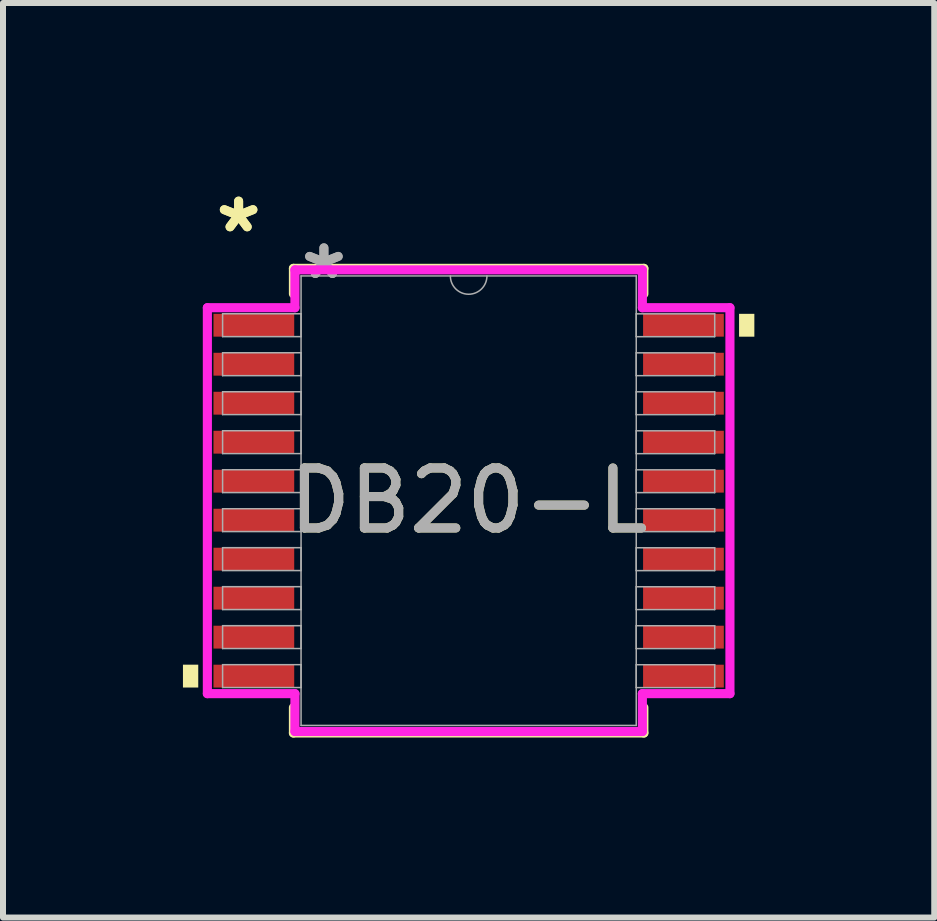
<source format=kicad_pcb>
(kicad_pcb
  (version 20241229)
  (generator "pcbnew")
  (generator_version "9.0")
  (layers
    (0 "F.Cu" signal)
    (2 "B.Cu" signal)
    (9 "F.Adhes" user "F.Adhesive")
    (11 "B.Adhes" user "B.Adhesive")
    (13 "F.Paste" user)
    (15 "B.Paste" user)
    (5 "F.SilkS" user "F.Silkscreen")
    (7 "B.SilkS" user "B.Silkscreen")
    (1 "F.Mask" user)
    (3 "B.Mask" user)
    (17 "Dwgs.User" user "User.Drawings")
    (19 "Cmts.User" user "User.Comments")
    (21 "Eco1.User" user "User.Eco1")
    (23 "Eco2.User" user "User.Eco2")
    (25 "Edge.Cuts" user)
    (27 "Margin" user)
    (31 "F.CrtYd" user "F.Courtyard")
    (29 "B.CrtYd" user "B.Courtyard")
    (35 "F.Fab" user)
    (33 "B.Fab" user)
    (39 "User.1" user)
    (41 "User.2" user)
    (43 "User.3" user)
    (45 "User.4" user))
  (footprint "DB20-L"
    (layer "F.Cu")
    (at 4.763 5.297)
    (property "Reference" "DB20-L" (at 0 0 0) (unlocked yes) (layer "F.SilkS") (effects (font (size 1 1) (thickness 0.15))))
    (attr smd)
    (fp_line (start -2.921 -3.873) (end -2.921 -3.448) (stroke (width 0.152) (type solid)) (layer "F.SilkS"))
    (fp_line (start -2.921 3.448) (end -2.921 3.873) (stroke (width 0.152) (type solid)) (layer "F.SilkS"))
    (fp_line (start -2.921 3.873) (end 2.921 3.873) (stroke (width 0.152) (type solid)) (layer "F.SilkS"))
    (fp_line (start 2.921 -3.873) (end -2.921 -3.873) (stroke (width 0.152) (type solid)) (layer "F.SilkS"))
    (fp_line (start 2.921 -3.448) (end 2.921 -3.873) (stroke (width 0.152) (type solid)) (layer "F.SilkS"))
    (fp_line (start 2.921 3.873) (end 2.921 3.448) (stroke (width 0.152) (type solid)) (layer "F.SilkS"))
    (fp_poly (pts (xy -4.763 2.734) (xy -4.763 3.115) (xy -4.508 3.115) (xy -4.508 2.734)) (stroke (width 0) (type solid)) (fill yes) (layer "F.SilkS"))
    (fp_poly (pts (xy 4.763 -3.115) (xy 4.763 -2.734) (xy 4.508 -2.734) (xy 4.508 -3.115)) (stroke (width 0) (type solid)) (fill yes) (layer "F.SilkS"))
    (fp_line (start -4.356 -3.217) (end -2.896 -3.217) (stroke (width 0.152) (type solid)) (layer "F.CrtYd"))
    (fp_line (start -4.356 3.217) (end -4.356 -3.217) (stroke (width 0.152) (type solid)) (layer "F.CrtYd"))
    (fp_line (start -4.356 3.217) (end -2.896 3.217) (stroke (width 0.152) (type solid)) (layer "F.CrtYd"))
    (fp_line (start -2.896 -3.848) (end 2.896 -3.848) (stroke (width 0.152) (type solid)) (layer "F.CrtYd"))
    (fp_line (start -2.896 -3.217) (end -2.896 -3.848) (stroke (width 0.152) (type solid)) (layer "F.CrtYd"))
    (fp_line (start -2.896 3.848) (end -2.896 3.217) (stroke (width 0.152) (type solid)) (layer "F.CrtYd"))
    (fp_line (start 2.896 -3.848) (end 2.896 -3.217) (stroke (width 0.152) (type solid)) (layer "F.CrtYd"))
    (fp_line (start 2.896 3.217) (end 2.896 3.848) (stroke (width 0.152) (type solid)) (layer "F.CrtYd"))
    (fp_line (start 2.896 3.848) (end -2.896 3.848) (stroke (width 0.152) (type solid)) (layer "F.CrtYd"))
    (fp_line (start 4.356 -3.217) (end 2.896 -3.217) (stroke (width 0.152) (type solid)) (layer "F.CrtYd"))
    (fp_line (start 4.356 -3.217) (end 4.356 3.217) (stroke (width 0.152) (type solid)) (layer "F.CrtYd"))
    (fp_line (start 4.356 3.217) (end 2.896 3.217) (stroke (width 0.152) (type solid)) (layer "F.CrtYd"))
    (fp_line (start -4.102 -3.116) (end -4.102 -2.735) (stroke (width 0.025) (type solid)) (layer "F.Fab"))
    (fp_line (start -4.102 -2.735) (end -2.794 -2.735) (stroke (width 0.025) (type solid)) (layer "F.Fab"))
    (fp_line (start -4.102 -2.466) (end -4.102 -2.084) (stroke (width 0.025) (type solid)) (layer "F.Fab"))
    (fp_line (start -4.102 -2.084) (end -2.794 -2.084) (stroke (width 0.025) (type solid)) (layer "F.Fab"))
    (fp_line (start -4.102 -1.816) (end -4.102 -1.435) (stroke (width 0.025) (type solid)) (layer "F.Fab"))
    (fp_line (start -4.102 -1.435) (end -2.794 -1.435) (stroke (width 0.025) (type solid)) (layer "F.Fab"))
    (fp_line (start -4.102 -1.166) (end -4.102 -0.785) (stroke (width 0.025) (type solid)) (layer "F.Fab"))
    (fp_line (start -4.102 -0.785) (end -2.794 -0.785) (stroke (width 0.025) (type solid)) (layer "F.Fab"))
    (fp_line (start -4.102 -0.516) (end -4.102 -0.135) (stroke (width 0.025) (type solid)) (layer "F.Fab"))
    (fp_line (start -4.102 -0.135) (end -2.794 -0.135) (stroke (width 0.025) (type solid)) (layer "F.Fab"))
    (fp_line (start -4.102 0.134) (end -4.102 0.515) (stroke (width 0.025) (type solid)) (layer "F.Fab"))
    (fp_line (start -4.102 0.515) (end -2.794 0.515) (stroke (width 0.025) (type solid)) (layer "F.Fab"))
    (fp_line (start -4.102 0.784) (end -4.102 1.165) (stroke (width 0.025) (type solid)) (layer "F.Fab"))
    (fp_line (start -4.102 1.165) (end -2.794 1.165) (stroke (width 0.025) (type solid)) (layer "F.Fab"))
    (fp_line (start -4.102 1.434) (end -4.102 1.815) (stroke (width 0.025) (type solid)) (layer "F.Fab"))
    (fp_line (start -4.102 1.815) (end -2.794 1.815) (stroke (width 0.025) (type solid)) (layer "F.Fab"))
    (fp_line (start -4.102 2.084) (end -4.102 2.465) (stroke (width 0.025) (type solid)) (layer "F.Fab"))
    (fp_line (start -4.102 2.465) (end -2.794 2.465) (stroke (width 0.025) (type solid)) (layer "F.Fab"))
    (fp_line (start -4.102 2.734) (end -4.102 3.115) (stroke (width 0.025) (type solid)) (layer "F.Fab"))
    (fp_line (start -4.102 3.115) (end -2.794 3.115) (stroke (width 0.025) (type solid)) (layer "F.Fab"))
    (fp_line (start -2.794 -3.747) (end -2.794 3.747) (stroke (width 0.025) (type solid)) (layer "F.Fab"))
    (fp_line (start -2.794 -3.116) (end -4.102 -3.116) (stroke (width 0.025) (type solid)) (layer "F.Fab"))
    (fp_line (start -2.794 -2.735) (end -2.794 -3.116) (stroke (width 0.025) (type solid)) (layer "F.Fab"))
    (fp_line (start -2.794 -2.466) (end -4.102 -2.466) (stroke (width 0.025) (type solid)) (layer "F.Fab"))
    (fp_line (start -2.794 -2.084) (end -2.794 -2.466) (stroke (width 0.025) (type solid)) (layer "F.Fab"))
    (fp_line (start -2.794 -1.816) (end -4.102 -1.816) (stroke (width 0.025) (type solid)) (layer "F.Fab"))
    (fp_line (start -2.794 -1.435) (end -2.794 -1.816) (stroke (width 0.025) (type solid)) (layer "F.Fab"))
    (fp_line (start -2.794 -1.166) (end -4.102 -1.166) (stroke (width 0.025) (type solid)) (layer "F.Fab"))
    (fp_line (start -2.794 -0.785) (end -2.794 -1.166) (stroke (width 0.025) (type solid)) (layer "F.Fab"))
    (fp_line (start -2.794 -0.516) (end -4.102 -0.516) (stroke (width 0.025) (type solid)) (layer "F.Fab"))
    (fp_line (start -2.794 -0.135) (end -2.794 -0.516) (stroke (width 0.025) (type solid)) (layer "F.Fab"))
    (fp_line (start -2.794 0.134) (end -4.102 0.134) (stroke (width 0.025) (type solid)) (layer "F.Fab"))
    (fp_line (start -2.794 0.515) (end -2.794 0.134) (stroke (width 0.025) (type solid)) (layer "F.Fab"))
    (fp_line (start -2.794 0.784) (end -4.102 0.784) (stroke (width 0.025) (type solid)) (layer "F.Fab"))
    (fp_line (start -2.794 1.165) (end -2.794 0.784) (stroke (width 0.025) (type solid)) (layer "F.Fab"))
    (fp_line (start -2.794 1.434) (end -4.102 1.434) (stroke (width 0.025) (type solid)) (layer "F.Fab"))
    (fp_line (start -2.794 1.815) (end -2.794 1.434) (stroke (width 0.025) (type solid)) (layer "F.Fab"))
    (fp_line (start -2.794 2.084) (end -4.102 2.084) (stroke (width 0.025) (type solid)) (layer "F.Fab"))
    (fp_line (start -2.794 2.465) (end -2.794 2.084) (stroke (width 0.025) (type solid)) (layer "F.Fab"))
    (fp_line (start -2.794 2.734) (end -4.102 2.734) (stroke (width 0.025) (type solid)) (layer "F.Fab"))
    (fp_line (start -2.794 3.115) (end -2.794 2.734) (stroke (width 0.025) (type solid)) (layer "F.Fab"))
    (fp_line (start -2.794 3.747) (end 2.794 3.747) (stroke (width 0.025) (type solid)) (layer "F.Fab"))
    (fp_line (start 2.794 -3.747) (end -2.794 -3.747) (stroke (width 0.025) (type solid)) (layer "F.Fab"))
    (fp_line (start 2.794 -3.115) (end 2.794 -2.734) (stroke (width 0.025) (type solid)) (layer "F.Fab"))
    (fp_line (start 2.794 -2.734) (end 4.102 -2.734) (stroke (width 0.025) (type solid)) (layer "F.Fab"))
    (fp_line (start 2.794 -2.465) (end 2.794 -2.084) (stroke (width 0.025) (type solid)) (layer "F.Fab"))
    (fp_line (start 2.794 -2.084) (end 4.102 -2.084) (stroke (width 0.025) (type solid)) (layer "F.Fab"))
    (fp_line (start 2.794 -1.815) (end 2.794 -1.434) (stroke (width 0.025) (type solid)) (layer "F.Fab"))
    (fp_line (start 2.794 -1.434) (end 4.102 -1.434) (stroke (width 0.025) (type solid)) (layer "F.Fab"))
    (fp_line (start 2.794 -1.165) (end 2.794 -0.784) (stroke (width 0.025) (type solid)) (layer "F.Fab"))
    (fp_line (start 2.794 -0.784) (end 4.102 -0.784) (stroke (width 0.025) (type solid)) (layer "F.Fab"))
    (fp_line (start 2.794 -0.515) (end 2.794 -0.134) (stroke (width 0.025) (type solid)) (layer "F.Fab"))
    (fp_line (start 2.794 -0.134) (end 4.102 -0.134) (stroke (width 0.025) (type solid)) (layer "F.Fab"))
    (fp_line (start 2.794 0.135) (end 2.794 0.516) (stroke (width 0.025) (type solid)) (layer "F.Fab"))
    (fp_line (start 2.794 0.516) (end 4.102 0.516) (stroke (width 0.025) (type solid)) (layer "F.Fab"))
    (fp_line (start 2.794 0.785) (end 2.794 1.166) (stroke (width 0.025) (type solid)) (layer "F.Fab"))
    (fp_line (start 2.794 1.166) (end 4.102 1.166) (stroke (width 0.025) (type solid)) (layer "F.Fab"))
    (fp_line (start 2.794 1.435) (end 2.794 1.816) (stroke (width 0.025) (type solid)) (layer "F.Fab"))
    (fp_line (start 2.794 1.816) (end 4.102 1.816) (stroke (width 0.025) (type solid)) (layer "F.Fab"))
    (fp_line (start 2.794 2.085) (end 2.794 2.466) (stroke (width 0.025) (type solid)) (layer "F.Fab"))
    (fp_line (start 2.794 2.466) (end 4.102 2.466) (stroke (width 0.025) (type solid)) (layer "F.Fab"))
    (fp_line (start 2.794 2.735) (end 2.794 3.116) (stroke (width 0.025) (type solid)) (layer "F.Fab"))
    (fp_line (start 2.794 3.116) (end 4.102 3.116) (stroke (width 0.025) (type solid)) (layer "F.Fab"))
    (fp_line (start 2.794 3.747) (end 2.794 -3.747) (stroke (width 0.025) (type solid)) (layer "F.Fab"))
    (fp_line (start 4.102 -3.115) (end 2.794 -3.115) (stroke (width 0.025) (type solid)) (layer "F.Fab"))
    (fp_line (start 4.102 -2.734) (end 4.102 -3.115) (stroke (width 0.025) (type solid)) (layer "F.Fab"))
    (fp_line (start 4.102 -2.465) (end 2.794 -2.465) (stroke (width 0.025) (type solid)) (layer "F.Fab"))
    (fp_line (start 4.102 -2.084) (end 4.102 -2.465) (stroke (width 0.025) (type solid)) (layer "F.Fab"))
    (fp_line (start 4.102 -1.815) (end 2.794 -1.815) (stroke (width 0.025) (type solid)) (layer "F.Fab"))
    (fp_line (start 4.102 -1.434) (end 4.102 -1.815) (stroke (width 0.025) (type solid)) (layer "F.Fab"))
    (fp_line (start 4.102 -1.165) (end 2.794 -1.165) (stroke (width 0.025) (type solid)) (layer "F.Fab"))
    (fp_line (start 4.102 -0.784) (end 4.102 -1.165) (stroke (width 0.025) (type solid)) (layer "F.Fab"))
    (fp_line (start 4.102 -0.515) (end 2.794 -0.515) (stroke (width 0.025) (type solid)) (layer "F.Fab"))
    (fp_line (start 4.102 -0.134) (end 4.102 -0.515) (stroke (width 0.025) (type solid)) (layer "F.Fab"))
    (fp_line (start 4.102 0.135) (end 2.794 0.135) (stroke (width 0.025) (type solid)) (layer "F.Fab"))
    (fp_line (start 4.102 0.516) (end 4.102 0.135) (stroke (width 0.025) (type solid)) (layer "F.Fab"))
    (fp_line (start 4.102 0.785) (end 2.794 0.785) (stroke (width 0.025) (type solid)) (layer "F.Fab"))
    (fp_line (start 4.102 1.166) (end 4.102 0.785) (stroke (width 0.025) (type solid)) (layer "F.Fab"))
    (fp_line (start 4.102 1.435) (end 2.794 1.435) (stroke (width 0.025) (type solid)) (layer "F.Fab"))
    (fp_line (start 4.102 1.816) (end 4.102 1.435) (stroke (width 0.025) (type solid)) (layer "F.Fab"))
    (fp_line (start 4.102 2.085) (end 2.794 2.085) (stroke (width 0.025) (type solid)) (layer "F.Fab"))
    (fp_line (start 4.102 2.466) (end 4.102 2.085) (stroke (width 0.025) (type solid)) (layer "F.Fab"))
    (fp_line (start 4.102 2.735) (end 2.794 2.735) (stroke (width 0.025) (type solid)) (layer "F.Fab"))
    (fp_line (start 4.102 3.116) (end 4.102 2.735) (stroke (width 0.025) (type solid)) (layer "F.Fab"))
    (fp_arc (start 0.3048 -3.7465) (mid 0 -3.4417) (end -0.3048 -3.7465) (stroke (width 0.0254) (type solid)) (layer "F.Fab"))
    (fp_text user "*" (at -3.835 -4.449 0) (unlocked yes) (layer "F.SilkS") (effects (font (size 1 1) (thickness 0.15))))
    (fp_text user "*" (at -3.835 -4.449 0) (layer "F.SilkS") (effects (font (size 1 1) (thickness 0.15))))
    (fp_text user "*" (at -2.413 -3.67 0) (unlocked yes) (layer "F.Fab") (effects (font (size 1 1) (thickness 0.15))))
    (fp_text user "${REFERENCE}" (at 0 0 0) (unlocked yes) (layer "F.Fab") (effects (font (size 1 1) (thickness 0.15))))
    (fp_text user "*" (at -2.413 -3.67 0) (layer "F.Fab") (effects (font (size 1 1) (thickness 0.15))))
    (pad "1" smd rect (at -3.581 -2.925) (size 1.346 0.381) (layers "F.Cu" "F.Mask" "F.Paste"))
    (pad "2" smd rect (at -3.581 -2.275) (size 1.346 0.381) (layers "F.Cu" "F.Mask" "F.Paste"))
    (pad "3" smd rect (at -3.581 -1.625) (size 1.346 0.381) (layers "F.Cu" "F.Mask" "F.Paste"))
    (pad "4" smd rect (at -3.581 -0.975) (size 1.346 0.381) (layers "F.Cu" "F.Mask" "F.Paste"))
    (pad "5" smd rect (at -3.581 -0.325) (size 1.346 0.381) (layers "F.Cu" "F.Mask" "F.Paste"))
    (pad "6" smd rect (at -3.581 0.325) (size 1.346 0.381) (layers "F.Cu" "F.Mask" "F.Paste"))
    (pad "7" smd rect (at -3.581 0.975) (size 1.346 0.381) (layers "F.Cu" "F.Mask" "F.Paste"))
    (pad "8" smd rect (at -3.581 1.625) (size 1.346 0.381) (layers "F.Cu" "F.Mask" "F.Paste"))
    (pad "9" smd rect (at -3.581 2.275) (size 1.346 0.381) (layers "F.Cu" "F.Mask" "F.Paste"))
    (pad "10" smd rect (at -3.581 2.925) (size 1.346 0.381) (layers "F.Cu" "F.Mask" "F.Paste"))
    (pad "11" smd rect (at 3.581 2.925) (size 1.346 0.381) (layers "F.Cu" "F.Mask" "F.Paste"))
    (pad "12" smd rect (at 3.581 2.275) (size 1.346 0.381) (layers "F.Cu" "F.Mask" "F.Paste"))
    (pad "13" smd rect (at 3.581 1.625) (size 1.346 0.381) (layers "F.Cu" "F.Mask" "F.Paste"))
    (pad "14" smd rect (at 3.581 0.975) (size 1.346 0.381) (layers "F.Cu" "F.Mask" "F.Paste"))
    (pad "15" smd rect (at 3.581 0.325) (size 1.346 0.381) (layers "F.Cu" "F.Mask" "F.Paste"))
    (pad "16" smd rect (at 3.581 -0.325) (size 1.346 0.381) (layers "F.Cu" "F.Mask" "F.Paste"))
    (pad "17" smd rect (at 3.581 -0.975) (size 1.346 0.381) (layers "F.Cu" "F.Mask" "F.Paste"))
    (pad "18" smd rect (at 3.581 -1.625) (size 1.346 0.381) (layers "F.Cu" "F.Mask" "F.Paste"))
    (pad "19" smd rect (at 3.581 -2.275) (size 1.346 0.381) (layers "F.Cu" "F.Mask" "F.Paste"))
    (pad "20" smd rect (at 3.581 -2.925) (size 1.346 0.381) (layers "F.Cu" "F.Mask" "F.Paste")))
  (gr_rect
    (start -3 -3)
    (end 12.525 12.247)
    (stroke (width 0.1) (type default))
    (fill no)
    (layer "Edge.Cuts")))
</source>
